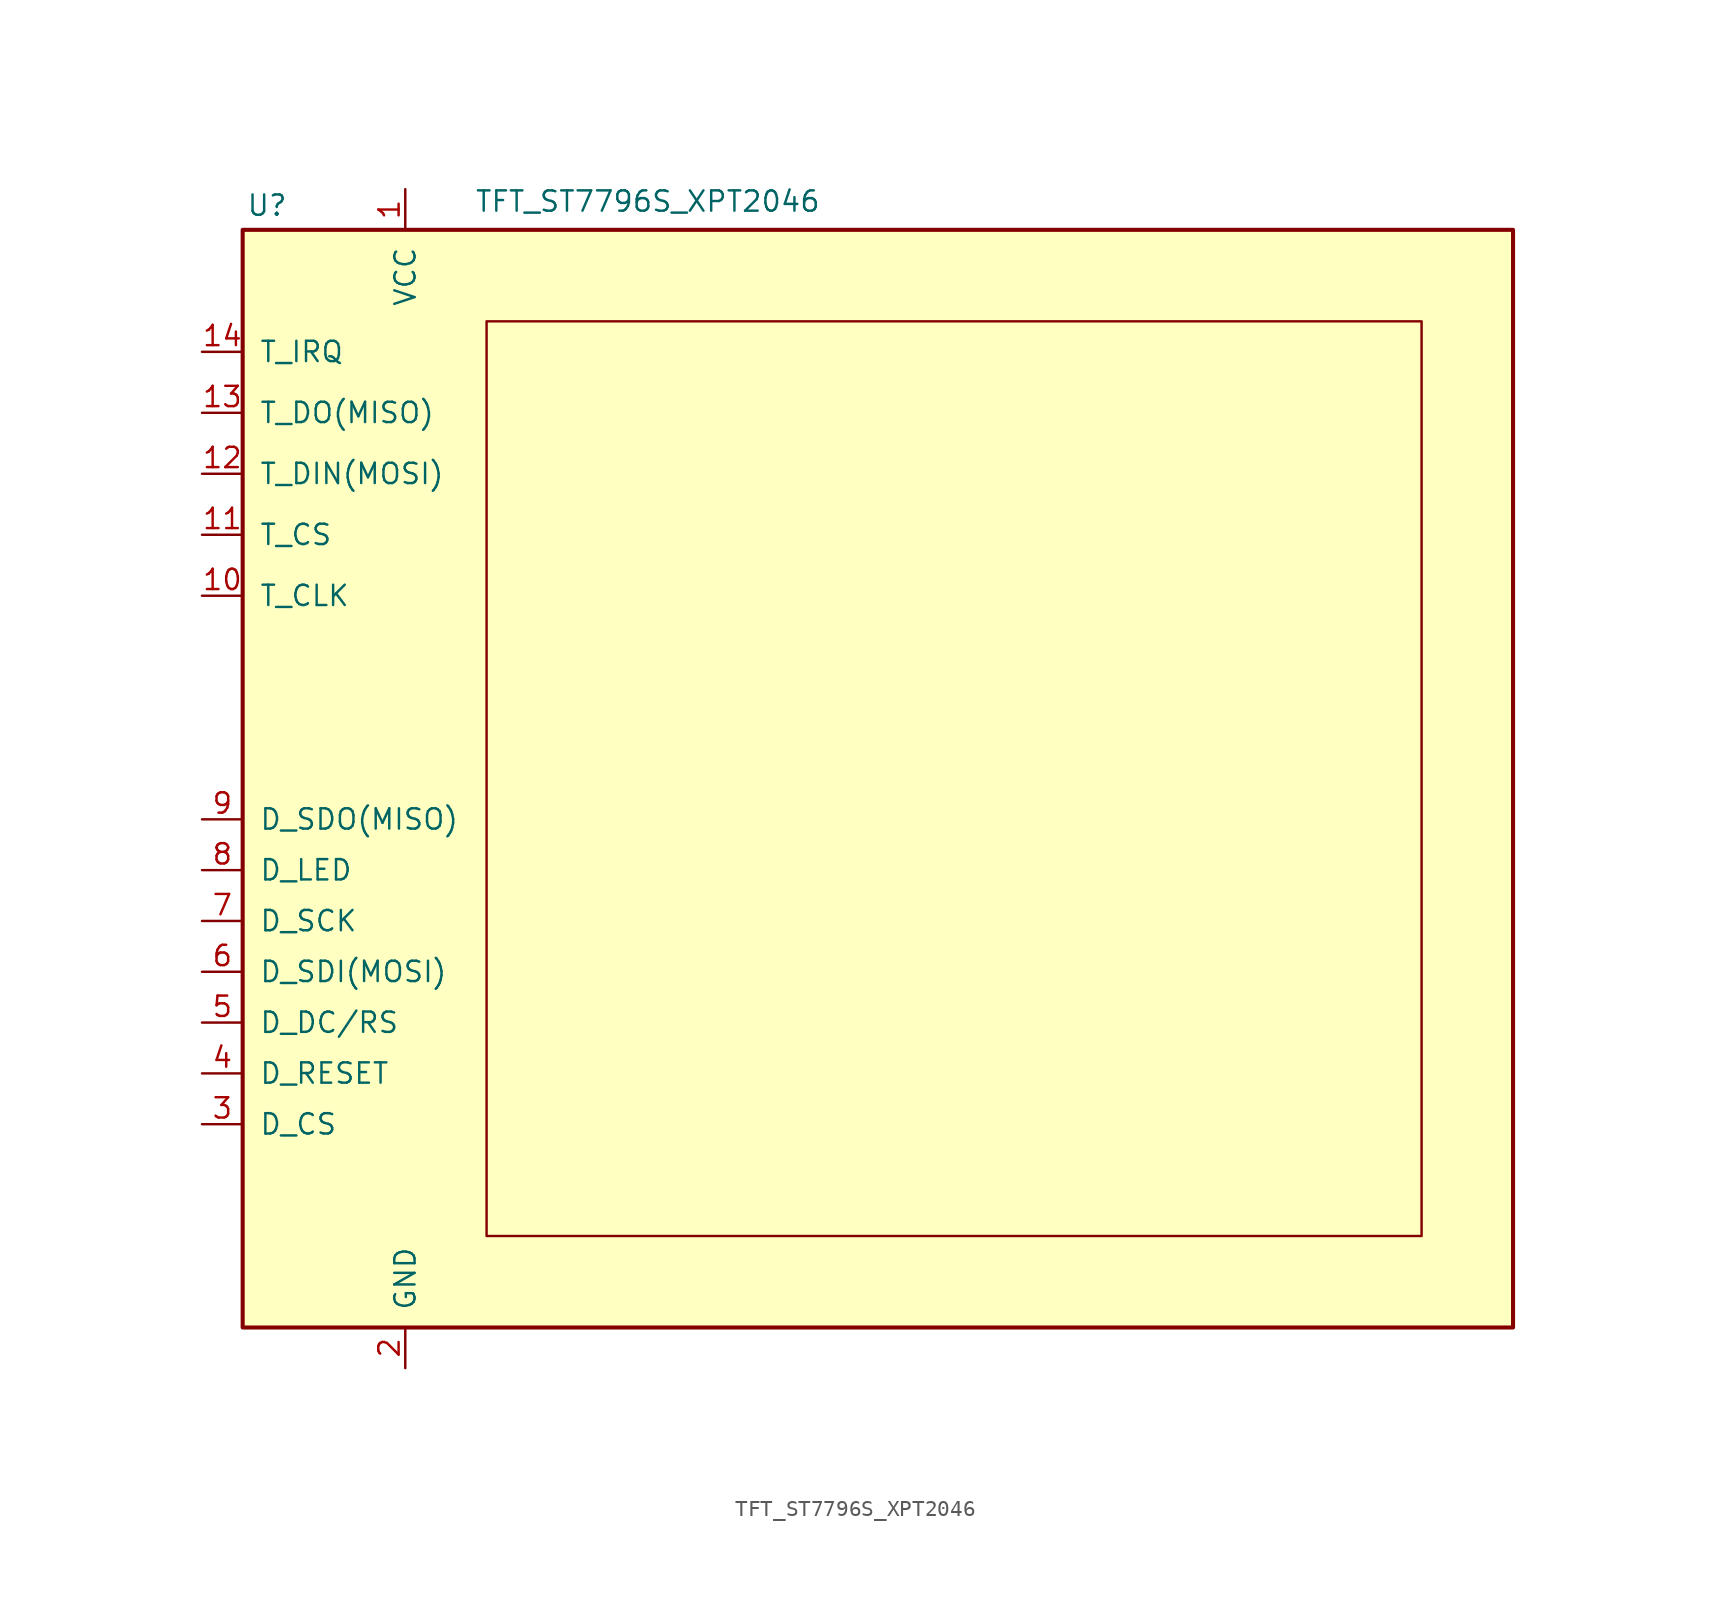
<source format=kicad_sym>
(kicad_symbol_lib
  (version 20220914)
  (generator kicad_symbol_editor)
  (symbol "TFT_ST7796S_XPT2046"
    (pin_names
      (offset 1.016))
    (property "Reference" "U"
      (at -8.636 29.464 0)
      (effects (font (size 1.27 1.27))))
    (property "Value" "TFT_ST7796S_XPT2046"
      (at 4.318 29.718 0)
      (effects (font (size 1.27 1.27)) (justify left)))
    (symbol "TFT_ST7796S_XPT2046_0_1"
      (rectangle (start -10.16 27.94) (end 69.215 -40.64) (stroke (width 0.254) (type default)) (fill (type background)))
      (rectangle (start 5.08 22.225) (end 63.5 -34.925) (stroke (width 0) (type default)) (fill (type none))))
    (symbol "TFT_ST7796S_XPT2046_1_1"
      (pin power_in line (at 0 30.48 270) (length 2.54) (name "VCC" (effects (font (size 1.27 1.27)))) (number "1" (effects (font (size 1.27 1.27)))))
      (pin input line (at -12.7 5.08 0) (length 2.54) (name "T_CLK" (effects (font (size 1.27 1.27)))) (number "10" (effects (font (size 1.27 1.27)))))
      (pin input line (at -12.7 8.89 0) (length 2.54) (name "T_CS" (effects (font (size 1.27 1.27)))) (number "11" (effects (font (size 1.27 1.27)))))
      (pin input line (at -12.7 12.7 0) (length 2.54) (name "T_DIN(MOSI)" (effects (font (size 1.27 1.27)))) (number "12" (effects (font (size 1.27 1.27)))))
      (pin output line (at -12.7 16.51 0) (length 2.54) (name "T_DO(MISO)" (effects (font (size 1.27 1.27)))) (number "13" (effects (font (size 1.27 1.27)))))
      (pin output line (at -12.7 20.32 0) (length 2.54) (name "T_IRQ" (effects (font (size 1.27 1.27)))) (number "14" (effects (font (size 1.27 1.27)))))
      (pin power_in line (at 0 -43.18 90) (length 2.54) (name "GND" (effects (font (size 1.27 1.27)))) (number "2" (effects (font (size 1.27 1.27)))))
      (pin input line (at -12.7 -27.94 0) (length 2.54) (name "D_CS" (effects (font (size 1.27 1.27)))) (number "3" (effects (font (size 1.27 1.27)))))
      (pin input line (at -12.7 -24.765 0) (length 2.54) (name "D_RESET" (effects (font (size 1.27 1.27)))) (number "4" (effects (font (size 1.27 1.27)))))
      (pin input line (at -12.7 -21.59 0) (length 2.54) (name "D_DC/RS" (effects (font (size 1.27 1.27)))) (number "5" (effects (font (size 1.27 1.27)))))
      (pin input line (at -12.7 -18.415 0) (length 2.54) (name "D_SDI(MOSI)" (effects (font (size 1.27 1.27)))) (number "6" (effects (font (size 1.27 1.27)))))
      (pin input line (at -12.7 -15.24 0) (length 2.54) (name "D_SCK" (effects (font (size 1.27 1.27)))) (number "7" (effects (font (size 1.27 1.27)))))
      (pin input line (at -12.7 -12.065 0) (length 2.54) (name "D_LED" (effects (font (size 1.27 1.27)))) (number "8" (effects (font (size 1.27 1.27)))))
      (pin output line (at -12.7 -8.89 0) (length 2.54) (name "D_SDO(MISO)" (effects (font (size 1.27 1.27)))) (number "9" (effects (font (size 1.27 1.27))))))))
</source>
